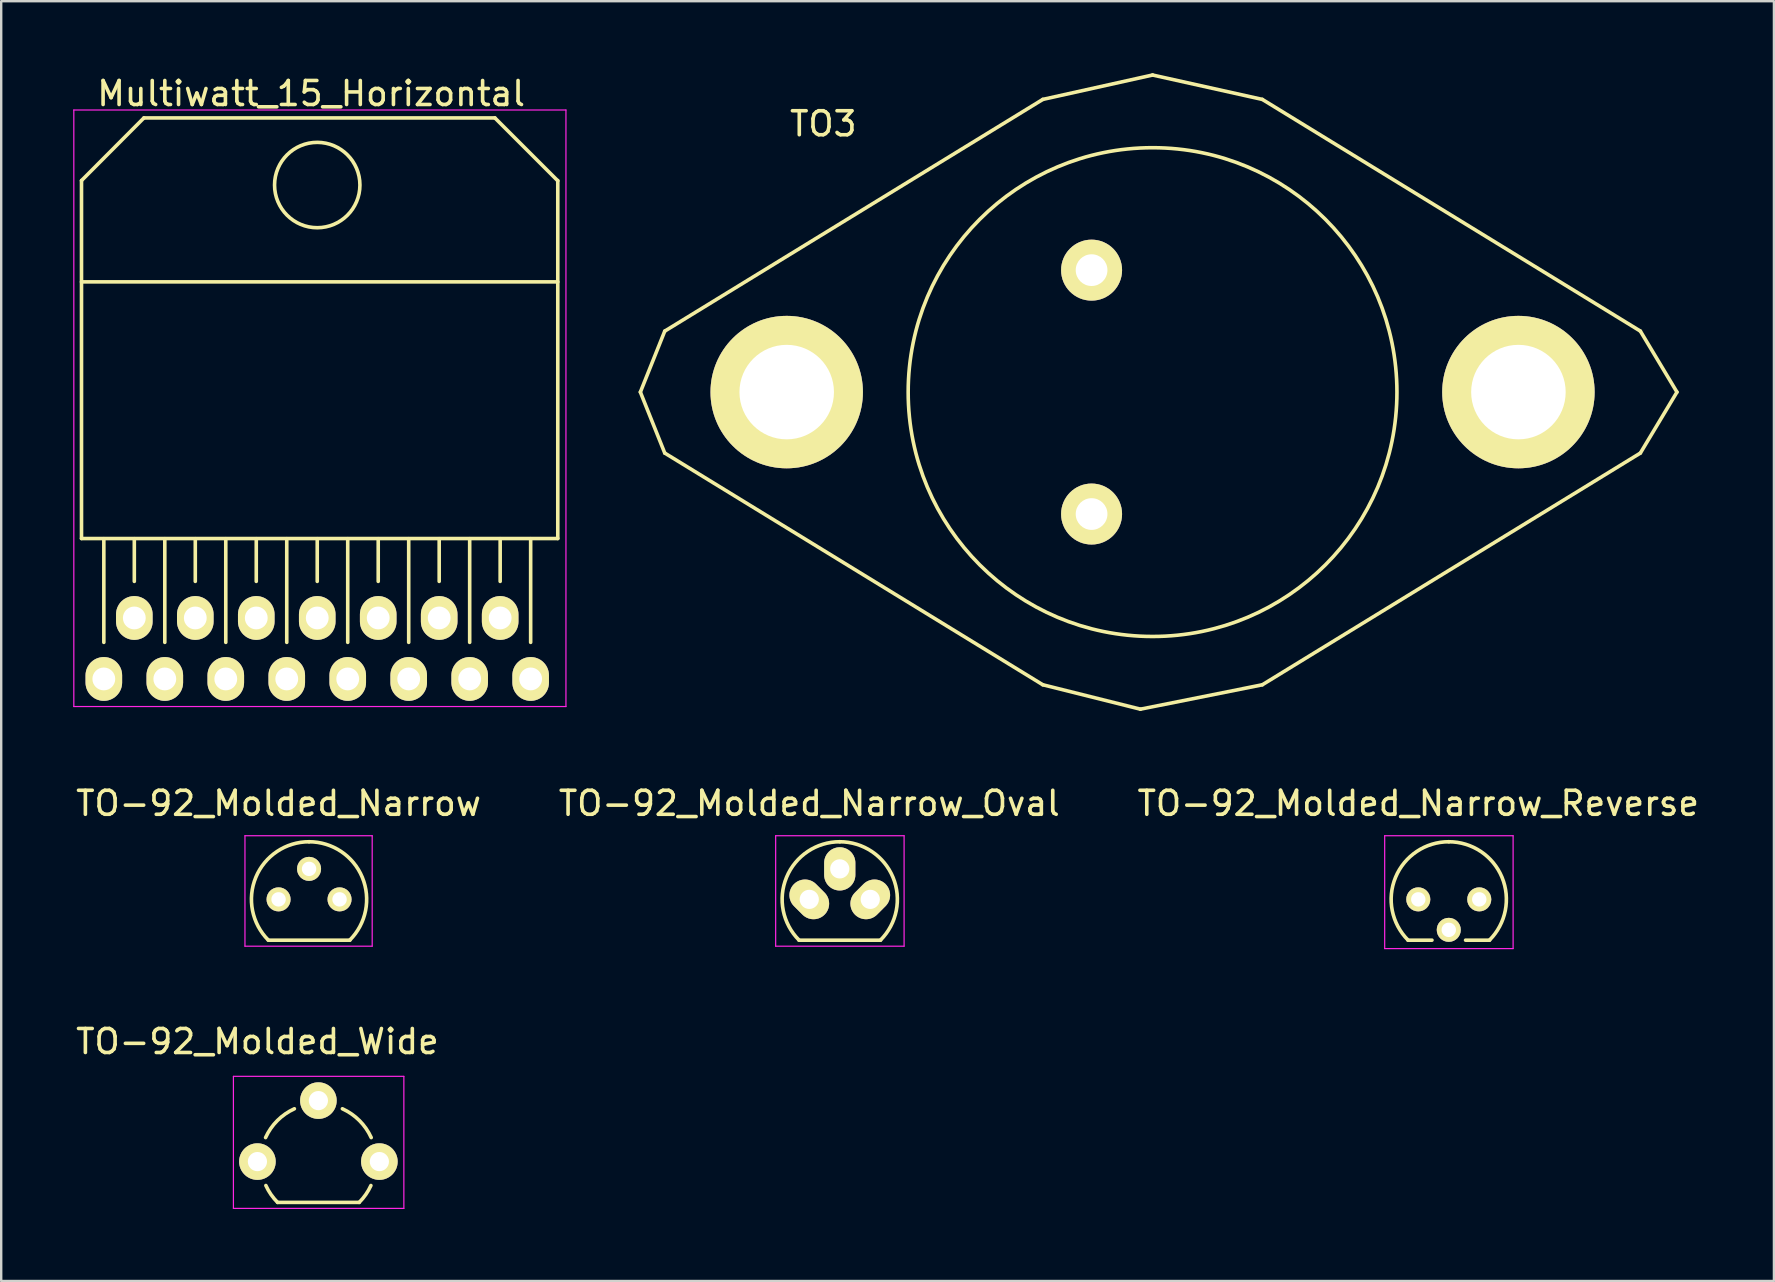
<source format=kicad_pcb>
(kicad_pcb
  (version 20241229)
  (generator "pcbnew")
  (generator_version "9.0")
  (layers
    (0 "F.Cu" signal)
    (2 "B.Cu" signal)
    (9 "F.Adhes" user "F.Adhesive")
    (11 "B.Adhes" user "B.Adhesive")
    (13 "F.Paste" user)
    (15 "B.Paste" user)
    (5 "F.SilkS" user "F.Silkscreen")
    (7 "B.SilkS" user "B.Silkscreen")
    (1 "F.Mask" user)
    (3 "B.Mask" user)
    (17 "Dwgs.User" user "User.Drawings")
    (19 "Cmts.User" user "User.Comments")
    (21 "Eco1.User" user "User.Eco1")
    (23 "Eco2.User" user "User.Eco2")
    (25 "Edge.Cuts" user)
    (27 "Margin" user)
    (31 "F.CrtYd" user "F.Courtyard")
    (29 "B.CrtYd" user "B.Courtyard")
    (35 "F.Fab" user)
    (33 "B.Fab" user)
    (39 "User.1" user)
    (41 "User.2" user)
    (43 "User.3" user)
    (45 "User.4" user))
  (footprint "TO-92_Molded_Narrow"
    (layer "F.Cu")
    (at 8.554 34.414)
    (property "Reference" "TO-92_Molded_Narrow" (at 0 -4 0) (layer "F.SilkS") (effects (font (size 1 1) (thickness 0.15))))
    (attr through_hole)
    (fp_line (start -0.43 1.7) (end 2.97 1.7) (stroke (width 0.15) (type solid)) (layer "F.SilkS"))
    (fp_arc (start -0.427056 1.697056) (mid -0.947311 -0.91844) (end 1.27 -2.4) (stroke (width 0.15) (type solid)) (layer "F.SilkS"))
    (fp_arc (start 1.27 -2.4) (mid 3.487311 -0.91844) (end 2.967056 1.697056) (stroke (width 0.15) (type solid)) (layer "F.SilkS"))
    (fp_line (start -1.4 -2.65) (end 3.9 -2.65) (stroke (width 0.05) (type solid)) (layer "F.CrtYd"))
    (fp_line (start -1.4 1.95) (end -1.4 -2.65) (stroke (width 0.05) (type solid)) (layer "F.CrtYd"))
    (fp_line (start -1.4 1.95) (end 3.9 1.95) (stroke (width 0.05) (type solid)) (layer "F.CrtYd"))
    (fp_line (start 3.9 1.95) (end 3.9 -2.65) (stroke (width 0.05) (type solid)) (layer "F.CrtYd"))
    (pad "1" thru_hole circle (at 0 0 90) (size 1.001 1.001) (drill 0.6) (layers "*.Cu" "*.Mask" "F.SilkS"))
    (pad "2" thru_hole circle (at 1.27 -1.27 90) (size 1.001 1.001) (drill 0.6) (layers "*.Cu" "*.Mask" "F.SilkS"))
    (pad "3" thru_hole circle (at 2.54 0 90) (size 1.001 1.001) (drill 0.6) (layers "*.Cu" "*.Mask" "F.SilkS")))
  (footprint "TO-92_Molded_Narrow_Oval"
    (layer "F.Cu")
    (at 30.661 34.414)
    (property "Reference" "TO-92_Molded_Narrow_Oval" (at 0 -4 0) (layer "F.SilkS") (effects (font (size 1 1) (thickness 0.15))))
    (attr through_hole)
    (fp_line (start -0.43 1.7) (end 2.97 1.7) (stroke (width 0.15) (type solid)) (layer "F.SilkS"))
    (fp_arc (start -0.427056 1.697056) (mid -0.947311 -0.91844) (end 1.27 -2.4) (stroke (width 0.15) (type solid)) (layer "F.SilkS"))
    (fp_arc (start 1.27 -2.4) (mid 3.487311 -0.91844) (end 2.967056 1.697056) (stroke (width 0.15) (type solid)) (layer "F.SilkS"))
    (fp_line (start -1.4 -2.65) (end 3.95 -2.65) (stroke (width 0.05) (type solid)) (layer "F.CrtYd"))
    (fp_line (start -1.4 1.95) (end -1.4 -2.65) (stroke (width 0.05) (type solid)) (layer "F.CrtYd"))
    (fp_line (start -1.4 1.95) (end 3.95 1.95) (stroke (width 0.05) (type solid)) (layer "F.CrtYd"))
    (fp_line (start 3.95 1.95) (end 3.95 -2.65) (stroke (width 0.05) (type solid)) (layer "F.CrtYd"))
    (pad "1" thru_hole oval (at 0 0 45) (size 1.3 1.801) (drill 0.8) (layers "*.Cu" "*.Mask" "F.SilkS"))
    (pad "2" thru_hole oval (at 1.27 -1.27 90) (size 1.801 1.3) (drill 0.8) (layers "*.Cu" "*.Mask" "F.SilkS"))
    (pad "3" thru_hole oval (at 2.54 0 45) (size 1.801 1.3) (drill 0.8) (layers "*.Cu" "*.Mask" "F.SilkS")))
  (footprint "TO-92_Molded_Wide"
    (layer "F.Cu")
    (at 7.673 45.337)
    (property "Reference" "TO-92_Molded_Wide" (at 0 -5 180) (layer "F.SilkS") (effects (font (size 1 1) (thickness 0.15))))
    (attr through_hole)
    (fp_line (start 0.84 1.7) (end 4.24 1.7) (stroke (width 0.15) (type solid)) (layer "F.SilkS"))
    (fp_arc (start 0.34 -1) (mid 0.831199 -1.708801) (end 1.54 -2.2) (stroke (width 0.15) (type solid)) (layer "F.SilkS"))
    (fp_arc (start 0.84 1.7) (mid 0.564627 1.370365) (end 0.352305 0.99699) (stroke (width 0.15) (type solid)) (layer "F.SilkS"))
    (fp_arc (start 3.54 -2.2) (mid 4.248801 -1.708801) (end 4.74 -1) (stroke (width 0.15) (type solid)) (layer "F.SilkS"))
    (fp_arc (start 4.727695 0.99699) (mid 4.515373 1.370365) (end 4.24 1.7) (stroke (width 0.15) (type solid)) (layer "F.SilkS"))
    (fp_line (start -1 -3.55) (end 6.1 -3.55) (stroke (width 0.05) (type solid)) (layer "F.CrtYd"))
    (fp_line (start -1 1.95) (end -1 -3.55) (stroke (width 0.05) (type solid)) (layer "F.CrtYd"))
    (fp_line (start -1 1.95) (end 6.1 1.95) (stroke (width 0.05) (type solid)) (layer "F.CrtYd"))
    (fp_line (start 6.1 1.95) (end 6.1 -3.55) (stroke (width 0.05) (type solid)) (layer "F.CrtYd"))
    (pad "1" thru_hole circle (at 0 0 90) (size 1.524 1.524) (drill 0.8) (layers "*.Cu" "*.Mask" "F.SilkS"))
    (pad "2" thru_hole circle (at 2.54 -2.54 90) (size 1.524 1.524) (drill 0.8) (layers "*.Cu" "*.Mask" "F.SilkS"))
    (pad "3" thru_hole circle (at 5.08 0 90) (size 1.524 1.524) (drill 0.8) (layers "*.Cu" "*.Mask" "F.SilkS")))
  (footprint "TO-92_Molded_Narrow_Reverse"
    (layer "F.Cu")
    (at 56.03 34.414)
    (property "Reference" "TO-92_Molded_Narrow_Reverse" (at 0 -4 180) (layer "F.SilkS") (effects (font (size 1 1) (thickness 0.15))))
    (attr through_hole)
    (fp_line (start -0.43 1.7) (end 0.57 1.7) (stroke (width 0.15) (type solid)) (layer "F.SilkS"))
    (fp_line (start 1.97 1.7) (end 2.97 1.7) (stroke (width 0.15) (type solid)) (layer "F.SilkS"))
    (fp_arc (start -0.427056 1.697056) (mid -0.947311 -0.91844) (end 1.27 -2.4) (stroke (width 0.15) (type solid)) (layer "F.SilkS"))
    (fp_arc (start 1.27 -2.4) (mid 3.487311 -0.91844) (end 2.967056 1.697056) (stroke (width 0.15) (type solid)) (layer "F.SilkS"))
    (fp_line (start -1.4 -2.65) (end 3.95 -2.65) (stroke (width 0.05) (type solid)) (layer "F.CrtYd"))
    (fp_line (start -1.4 2.05) (end -1.4 -2.65) (stroke (width 0.05) (type solid)) (layer "F.CrtYd"))
    (fp_line (start -1.4 2.05) (end 3.95 2.05) (stroke (width 0.05) (type solid)) (layer "F.CrtYd"))
    (fp_line (start 3.95 2.05) (end 3.95 -2.65) (stroke (width 0.05) (type solid)) (layer "F.CrtYd"))
    (pad "1" thru_hole circle (at 0 0 90) (size 1.001 1.001) (drill 0.6) (layers "*.Cu" "*.Mask" "F.SilkS"))
    (pad "2" thru_hole circle (at 1.27 1.27 90) (size 1.001 1.001) (drill 0.6) (layers "*.Cu" "*.Mask" "F.SilkS"))
    (pad "3" thru_hole circle (at 2.54 0 90) (size 1.001 1.001) (drill 0.6) (layers "*.Cu" "*.Mask" "F.SilkS")))
  (footprint "Multiwatt_15_Horizontal"
    (layer "F.Cu")
    (at 1.275 25.232)
    (property "Reference" "Multiwatt_15_Horizontal" (at 8.636 -24.384 0) (layer "F.SilkS") (effects (font (size 1 1) (thickness 0.15))))
    (attr through_hole)
    (fp_line (start -0.93 -16.54) (end 18.91 -16.54) (stroke (width 0.15) (type solid)) (layer "F.SilkS"))
    (fp_line (start -0.93 -5.85) (end -0.93 -20.76) (stroke (width 0.15) (type solid)) (layer "F.SilkS"))
    (fp_line (start 0 -1.524) (end 0 -5.842) (stroke (width 0.15) (type solid)) (layer "F.SilkS"))
    (fp_line (start 1.27 -4.064) (end 1.27 -5.842) (stroke (width 0.15) (type solid)) (layer "F.SilkS"))
    (fp_line (start 1.67 -23.37) (end -0.93 -20.76) (stroke (width 0.15) (type solid)) (layer "F.SilkS"))
    (fp_line (start 2.54 -1.524) (end 2.54 -5.842) (stroke (width 0.15) (type solid)) (layer "F.SilkS"))
    (fp_line (start 3.81 -4.064) (end 3.81 -5.842) (stroke (width 0.15) (type solid)) (layer "F.SilkS"))
    (fp_line (start 5.08 -1.524) (end 5.08 -5.842) (stroke (width 0.15) (type solid)) (layer "F.SilkS"))
    (fp_line (start 6.35 -4.064) (end 6.35 -5.842) (stroke (width 0.15) (type solid)) (layer "F.SilkS"))
    (fp_line (start 7.62 -1.524) (end 7.62 -5.842) (stroke (width 0.15) (type solid)) (layer "F.SilkS"))
    (fp_line (start 8.89 -4.064) (end 8.89 -5.842) (stroke (width 0.15) (type solid)) (layer "F.SilkS"))
    (fp_line (start 10.16 -1.524) (end 10.16 -5.842) (stroke (width 0.15) (type solid)) (layer "F.SilkS"))
    (fp_line (start 11.43 -4.064) (end 11.43 -5.842) (stroke (width 0.15) (type solid)) (layer "F.SilkS"))
    (fp_line (start 12.7 -1.524) (end 12.7 -5.842) (stroke (width 0.15) (type solid)) (layer "F.SilkS"))
    (fp_line (start 13.97 -4.064) (end 13.97 -5.842) (stroke (width 0.15) (type solid)) (layer "F.SilkS"))
    (fp_line (start 15.24 -1.524) (end 15.24 -5.842) (stroke (width 0.15) (type solid)) (layer "F.SilkS"))
    (fp_line (start 16.29 -23.37) (end 1.67 -23.37) (stroke (width 0.15) (type solid)) (layer "F.SilkS"))
    (fp_line (start 16.51 -4.064) (end 16.51 -5.842) (stroke (width 0.15) (type solid)) (layer "F.SilkS"))
    (fp_line (start 17.78 -1.524) (end 17.78 -5.842) (stroke (width 0.15) (type solid)) (layer "F.SilkS"))
    (fp_line (start 18.91 -20.75) (end 16.29 -23.37) (stroke (width 0.15) (type solid)) (layer "F.SilkS"))
    (fp_line (start 18.91 -5.85) (end -0.93 -5.85) (stroke (width 0.15) (type solid)) (layer "F.SilkS"))
    (fp_line (start 18.91 -5.85) (end 18.91 -20.76) (stroke (width 0.15) (type solid)) (layer "F.SilkS"))
    (fp_circle (center 8.89 -20.574) (end 8.89 -22.352) (stroke (width 0.15) (type solid)) (fill no) (layer "F.SilkS"))
    (fp_line (start -1.25 -23.7) (end 19.25 -23.7) (stroke (width 0.05) (type solid)) (layer "F.CrtYd"))
    (fp_line (start -1.25 1.15) (end -1.25 -23.7) (stroke (width 0.05) (type solid)) (layer "F.CrtYd"))
    (fp_line (start -1.25 1.15) (end 19.25 1.15) (stroke (width 0.05) (type solid)) (layer "F.CrtYd"))
    (fp_line (start 19.25 1.15) (end 19.25 -23.7) (stroke (width 0.05) (type solid)) (layer "F.CrtYd"))
    (pad "1" thru_hole oval (at 0 0) (size 1.524 1.824) (drill 0.95) (layers "*.Cu" "*.Mask" "F.SilkS"))
    (pad "2" thru_hole oval (at 1.27 -2.54) (size 1.524 1.824) (drill 0.95) (layers "*.Cu" "*.Mask" "F.SilkS"))
    (pad "3" thru_hole oval (at 2.54 0) (size 1.524 1.824) (drill 0.95) (layers "*.Cu" "*.Mask" "F.SilkS"))
    (pad "4" thru_hole oval (at 3.81 -2.54) (size 1.524 1.824) (drill 0.95) (layers "*.Cu" "*.Mask" "F.SilkS"))
    (pad "5" thru_hole oval (at 5.08 0) (size 1.524 1.824) (drill 0.95) (layers "*.Cu" "*.Mask" "F.SilkS"))
    (pad "6" thru_hole oval (at 6.35 -2.54) (size 1.524 1.824) (drill 0.95) (layers "*.Cu" "*.Mask" "F.SilkS"))
    (pad "7" thru_hole oval (at 7.62 0) (size 1.524 1.824) (drill 0.95) (layers "*.Cu" "*.Mask" "F.SilkS"))
    (pad "8" thru_hole oval (at 8.89 -2.54) (size 1.524 1.824) (drill 0.95) (layers "*.Cu" "*.Mask" "F.SilkS"))
    (pad "9" thru_hole oval (at 10.16 0) (size 1.524 1.824) (drill 0.95) (layers "*.Cu" "*.Mask" "F.SilkS"))
    (pad "10" thru_hole oval (at 11.43 -2.54) (size 1.524 1.824) (drill 0.95) (layers "*.Cu" "*.Mask" "F.SilkS"))
    (pad "11" thru_hole oval (at 12.7 0) (size 1.524 1.824) (drill 0.95) (layers "*.Cu" "*.Mask" "F.SilkS"))
    (pad "12" thru_hole oval (at 13.97 -2.54) (size 1.524 1.824) (drill 0.95) (layers "*.Cu" "*.Mask" "F.SilkS"))
    (pad "13" thru_hole oval (at 15.24 0) (size 1.524 1.824) (drill 0.95) (layers "*.Cu" "*.Mask" "F.SilkS"))
    (pad "14" thru_hole oval (at 16.51 -2.54) (size 1.524 1.824) (drill 0.95) (layers "*.Cu" "*.Mask" "F.SilkS"))
    (pad "15" thru_hole oval (at 17.78 0) (size 1.524 1.824) (drill 0.95) (layers "*.Cu" "*.Mask" "F.SilkS")))
  (footprint "TO3"
    (layer "F.Cu")
    (at 42.421 8.203)
    (property "Reference" "TO3" (at -11.176 -6.096 0) (layer "F.SilkS") (effects (font (size 1 1) (thickness 0.15))))
    (attr through_hole)
    (fp_line (start -18.796 5.08) (end -17.78 7.62) (stroke (width 0.15) (type solid)) (layer "F.SilkS"))
    (fp_line (start -17.78 2.54) (end -18.796 5.08) (stroke (width 0.15) (type solid)) (layer "F.SilkS"))
    (fp_line (start -2.032 -7.112) (end -17.78 2.54) (stroke (width 0.15) (type solid)) (layer "F.SilkS"))
    (fp_line (start -2.032 -7.112) (end 2.54 -8.128) (stroke (width 0.15) (type solid)) (layer "F.SilkS"))
    (fp_line (start -2.032 17.272) (end -17.78 7.62) (stroke (width 0.15) (type solid)) (layer "F.SilkS"))
    (fp_line (start 2.032 18.288) (end -2.032 17.272) (stroke (width 0.15) (type solid)) (layer "F.SilkS"))
    (fp_line (start 2.54 -8.128) (end 7.112 -7.112) (stroke (width 0.15) (type solid)) (layer "F.SilkS"))
    (fp_line (start 7.112 -7.112) (end 22.86 2.54) (stroke (width 0.15) (type solid)) (layer "F.SilkS"))
    (fp_line (start 7.112 17.272) (end 2.032 18.288) (stroke (width 0.15) (type solid)) (layer "F.SilkS"))
    (fp_line (start 7.112 17.272) (end 22.86 7.62) (stroke (width 0.15) (type solid)) (layer "F.SilkS"))
    (fp_line (start 22.86 2.54) (end 24.384 5.08) (stroke (width 0.15) (type solid)) (layer "F.SilkS"))
    (fp_line (start 24.384 5.08) (end 22.86 7.62) (stroke (width 0.15) (type solid)) (layer "F.SilkS"))
    (fp_circle (center 2.54 5.08) (end 12.7 5.715) (stroke (width 0.15) (type solid)) (fill no) (layer "F.SilkS"))
    (pad "1" thru_hole circle (at 0 0) (size 2.54 2.54) (drill 1.321) (layers "*.Cu" "*.Mask" "F.SilkS"))
    (pad "2" thru_hole circle (at 0 10.16) (size 2.54 2.54) (drill 1.321) (layers "*.Cu" "*.Mask" "F.SilkS"))
    (pad "3" thru_hole circle (at -12.7 5.08) (size 6.35 6.35) (drill 3.937) (layers "*.Cu" "*.Mask" "F.SilkS"))
    (pad "3" thru_hole circle (at 17.78 5.08) (size 6.35 6.35) (drill 3.937) (layers "*.Cu" "*.Mask" "F.SilkS")))
  (gr_rect
    (start -3 -3)
    (end 70.845 50.312)
    (stroke (width 0.1) (type default))
    (fill no)
    (layer "Edge.Cuts")))
</source>
